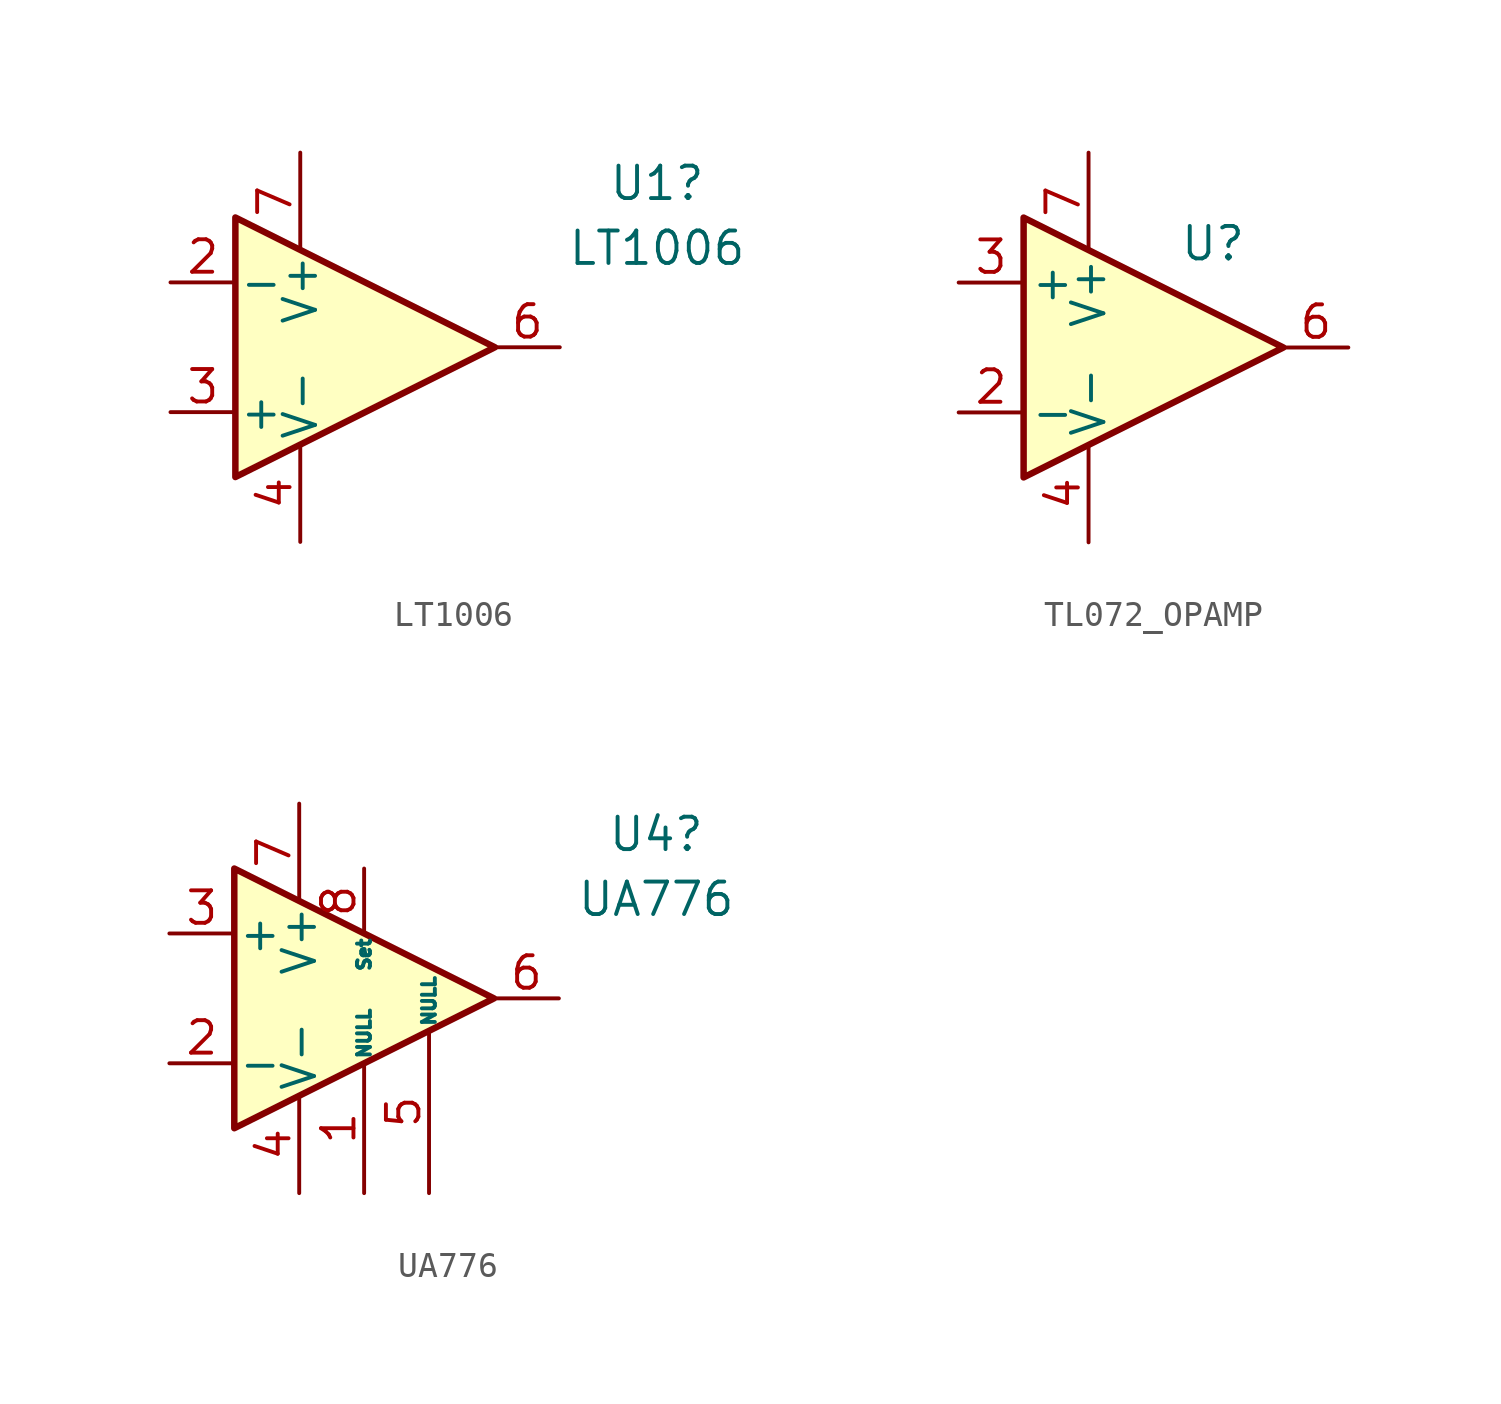
<source format=kicad_sym>
(kicad_symbol_lib
  (version 20241209)
  (generator "kicad_symbol_editor")
  (generator_version "9.0")
  (symbol "LT1006"
    (pin_names
      (offset 0.127))
    (property "Reference" "U1"
      (at 11.43 6.42 0)
      (effects (font (size 1.27 1.27))))
    (property "Value" "LT1006"
      (at 11.43 3.88 0)
      (effects (font (size 1.27 1.27))))
    (symbol "LT1006_0_1"
      (polyline (pts (xy -5.08 5.08) (xy 5.08 0) (xy -5.08 -5.08) (xy -5.08 5.08)) (stroke (width 0.254) (type default)) (fill (type background))))
    (symbol "LT1006_1_1"
      (pin input line (at -7.62 2.54 0) (length 2.54) (name "-" (effects (font (size 1.27 1.27)))) (number "2" (effects (font (size 1.27 1.27)))))
      (pin input line (at -7.62 -2.54 0) (length 2.54) (name "+" (effects (font (size 1.27 1.27)))) (number "3" (effects (font (size 1.27 1.27)))))
      (pin no_connect line (at -5.08 -2.54 90) (length 2.54) (hide yes) (name "NC" (effects (font (size 1.27 1.27)))) (number "1" (effects (font (size 1.27 1.27)))))
      (pin power_in line (at -2.54 7.62 270) (length 3.81) (name "V+" (effects (font (size 1.27 1.27)))) (number "7" (effects (font (size 1.27 1.27)))))
      (pin no_connect line (at -2.54 -2.54 90) (length 2.54) (hide yes) (name "NC" (effects (font (size 1.27 1.27)))) (number "5" (effects (font (size 1.27 1.27)))))
      (pin power_in line (at -2.54 -7.62 90) (length 3.81) (name "V-" (effects (font (size 1.27 1.27)))) (number "4" (effects (font (size 1.27 1.27)))))
      (pin no_connect line (at 0 -2.54 90) (length 2.54) (hide yes) (name "NC" (effects (font (size 1.27 1.27)))) (number "8" (effects (font (size 1.27 1.27)))))
      (pin output line (at 7.62 0 180) (length 2.54) (name "~" (effects (font (size 1.27 1.27)))) (number "6" (effects (font (size 1.27 1.27)))))))
  (symbol "TL072_OPAMP"
    (pin_names
      (offset 0.254))
    (property "Reference" "U"
      (at 1.016 4.064 0)
      (effects (font (size 1.27 1.27)) (justify left)))
    (property "Value" "${SIM.PARAMS}"
      (at 3.81 -3.175 0)
      (effects (font (size 1.27 1.27)) (justify left)))
    (symbol "TL072_OPAMP_0_1"
      (polyline (pts (xy 5.08 0) (xy -5.08 5.08) (xy -5.08 -5.08) (xy 5.08 0)) (stroke (width 0.254) (type default)) (fill (type background))))
    (symbol "TL072_OPAMP_1_1"
      (pin input line (at -7.62 2.54 0) (length 2.54) (name "+" (effects (font (size 1.27 1.27)))) (number "3" (effects (font (size 1.27 1.27)))))
      (pin input line (at -7.62 -2.54 0) (length 2.54) (name "-" (effects (font (size 1.27 1.27)))) (number "2" (effects (font (size 1.27 1.27)))))
      (pin power_in line (at -2.54 7.62 270) (length 3.81) (name "V+" (effects (font (size 1.27 1.27)))) (number "7" (effects (font (size 1.27 1.27)))))
      (pin power_in line (at -2.54 -7.62 90) (length 3.81) (name "V-" (effects (font (size 1.27 1.27)))) (number "4" (effects (font (size 1.27 1.27)))))
      (pin output line (at 7.62 0 180) (length 2.54) (name "~" (effects (font (size 1.27 1.27)))) (number "6" (effects (font (size 1.27 1.27)))))))
  (symbol "UA776"
    (pin_names
      (offset 0.127))
    (property "Reference" "U4"
      (at 11.43 6.42 0)
      (effects (font (size 1.27 1.27))))
    (property "Value" "UA776"
      (at 11.43 3.88 0)
      (effects (font (size 1.27 1.27))))
    (symbol "UA776_0_1"
      (polyline (pts (xy -5.08 5.08) (xy 5.08 0) (xy -5.08 -5.08) (xy -5.08 5.08)) (stroke (width 0.254) (type default)) (fill (type background))))
    (symbol "UA776_1_1"
      (pin input line (at -7.62 2.54 0) (length 2.54) (name "+" (effects (font (size 1.27 1.27)))) (number "3" (effects (font (size 1.27 1.27)))))
      (pin input line (at -7.62 -2.54 0) (length 2.54) (name "-" (effects (font (size 1.27 1.27)))) (number "2" (effects (font (size 1.27 1.27)))))
      (pin power_in line (at -2.54 7.62 270) (length 3.81) (name "V+" (effects (font (size 1.27 1.27)))) (number "7" (effects (font (size 1.27 1.27)))))
      (pin power_in line (at -2.54 -7.62 90) (length 3.81) (name "V-" (effects (font (size 1.27 1.27)))) (number "4" (effects (font (size 1.27 1.27)))))
      (pin passive line (at 0 5.08 270) (length 2.54) (name "Set" (effects (font (size 0.508 0.508)))) (number "8" (effects (font (size 1.27 1.27)))))
      (pin input line (at 0 -7.62 90) (length 5.08) (name "NULL" (effects (font (size 0.508 0.508)))) (number "1" (effects (font (size 1.27 1.27)))))
      (pin input line (at 2.54 -7.62 90) (length 6.35) (name "NULL" (effects (font (size 0.508 0.508)))) (number "5" (effects (font (size 1.27 1.27)))))
      (pin output line (at 7.62 0 180) (length 2.54) (name "~" (effects (font (size 1.27 1.27)))) (number "6" (effects (font (size 1.27 1.27))))))))
</source>
